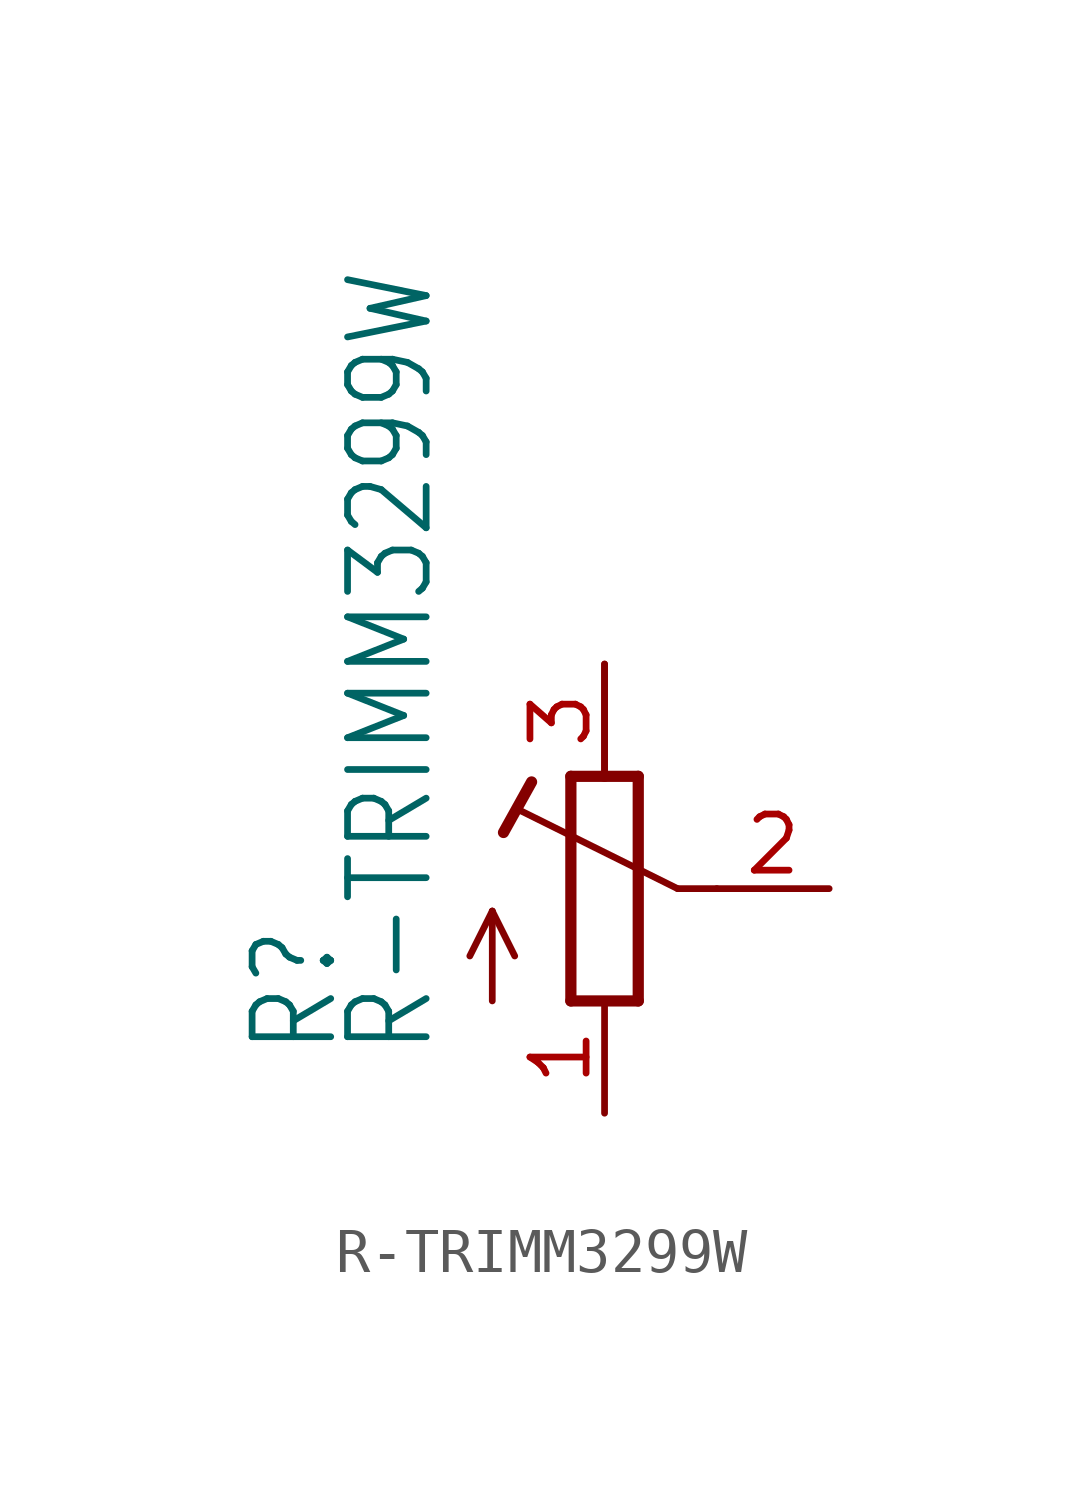
<source format=kicad_sym>
(kicad_symbol_lib
  (version 20220331)
  (generator kicad_symbol_editor)
  (symbol "R-TRIMM3299W"
    (property "Reference" "R"
      (at -5.969 -3.81 90)
      (effects (font (size 1.778 1.511)) (justify left bottom)))
    (property "Value" "R-TRIMM3299W"
      (at -3.81 -3.81 90)
      (effects (font (size 1.778 1.511)) (justify left bottom)))
    (property "ki_locked" ""
      (at 0 0 0)
      (effects (font (size 1.27 1.27))))
    (symbol "R-TRIMM3299W_1_0"
      (polyline (pts (xy -2.54 -2.54) (xy -2.54 -0.508)) (stroke (width 0.152) (type solid)) (fill (type none)))
      (polyline (pts (xy -2.54 -0.508) (xy -3.048 -1.524)) (stroke (width 0.152) (type solid)) (fill (type none)))
      (polyline (pts (xy -2.54 -0.508) (xy -2.032 -1.524)) (stroke (width 0.152) (type solid)) (fill (type none)))
      (polyline (pts (xy -2.286 1.27) (xy -1.651 2.413)) (stroke (width 0.254) (type solid)) (fill (type none)))
      (polyline (pts (xy -0.762 -2.54) (xy 0.762 -2.54)) (stroke (width 0.254) (type solid)) (fill (type none)))
      (polyline (pts (xy -0.762 2.54) (xy -0.762 -2.54)) (stroke (width 0.254) (type solid)) (fill (type none)))
      (polyline (pts (xy 0 2.54) (xy -0.762 2.54)) (stroke (width 0.254) (type solid)) (fill (type none)))
      (polyline (pts (xy 0 2.54) (xy 0 5.08)) (stroke (width 0.152) (type solid)) (fill (type none)))
      (polyline (pts (xy 0.762 -2.54) (xy 0.762 2.54)) (stroke (width 0.254) (type solid)) (fill (type none)))
      (polyline (pts (xy 0.762 2.54) (xy 0 2.54)) (stroke (width 0.254) (type solid)) (fill (type none)))
      (polyline (pts (xy 1.651 0) (xy -1.88 1.753)) (stroke (width 0.152) (type solid)) (fill (type none)))
      (polyline (pts (xy 2.54 0) (xy 1.651 0)) (stroke (width 0.152) (type solid)) (fill (type none)))
      (pin passive line (at 0 -5.08 90) (length 2.54) (name "E" (effects (font (size 0 0)))) (number "1" (effects (font (size 1.27 1.27)))))
      (pin passive line (at 5.08 0 180) (length 2.54) (name "S" (effects (font (size 0 0)))) (number "2" (effects (font (size 1.27 1.27)))))
      (pin passive line (at 0 5.08 270) (length 2.54) (name "A" (effects (font (size 0 0)))) (number "3" (effects (font (size 1.27 1.27))))))))
</source>
